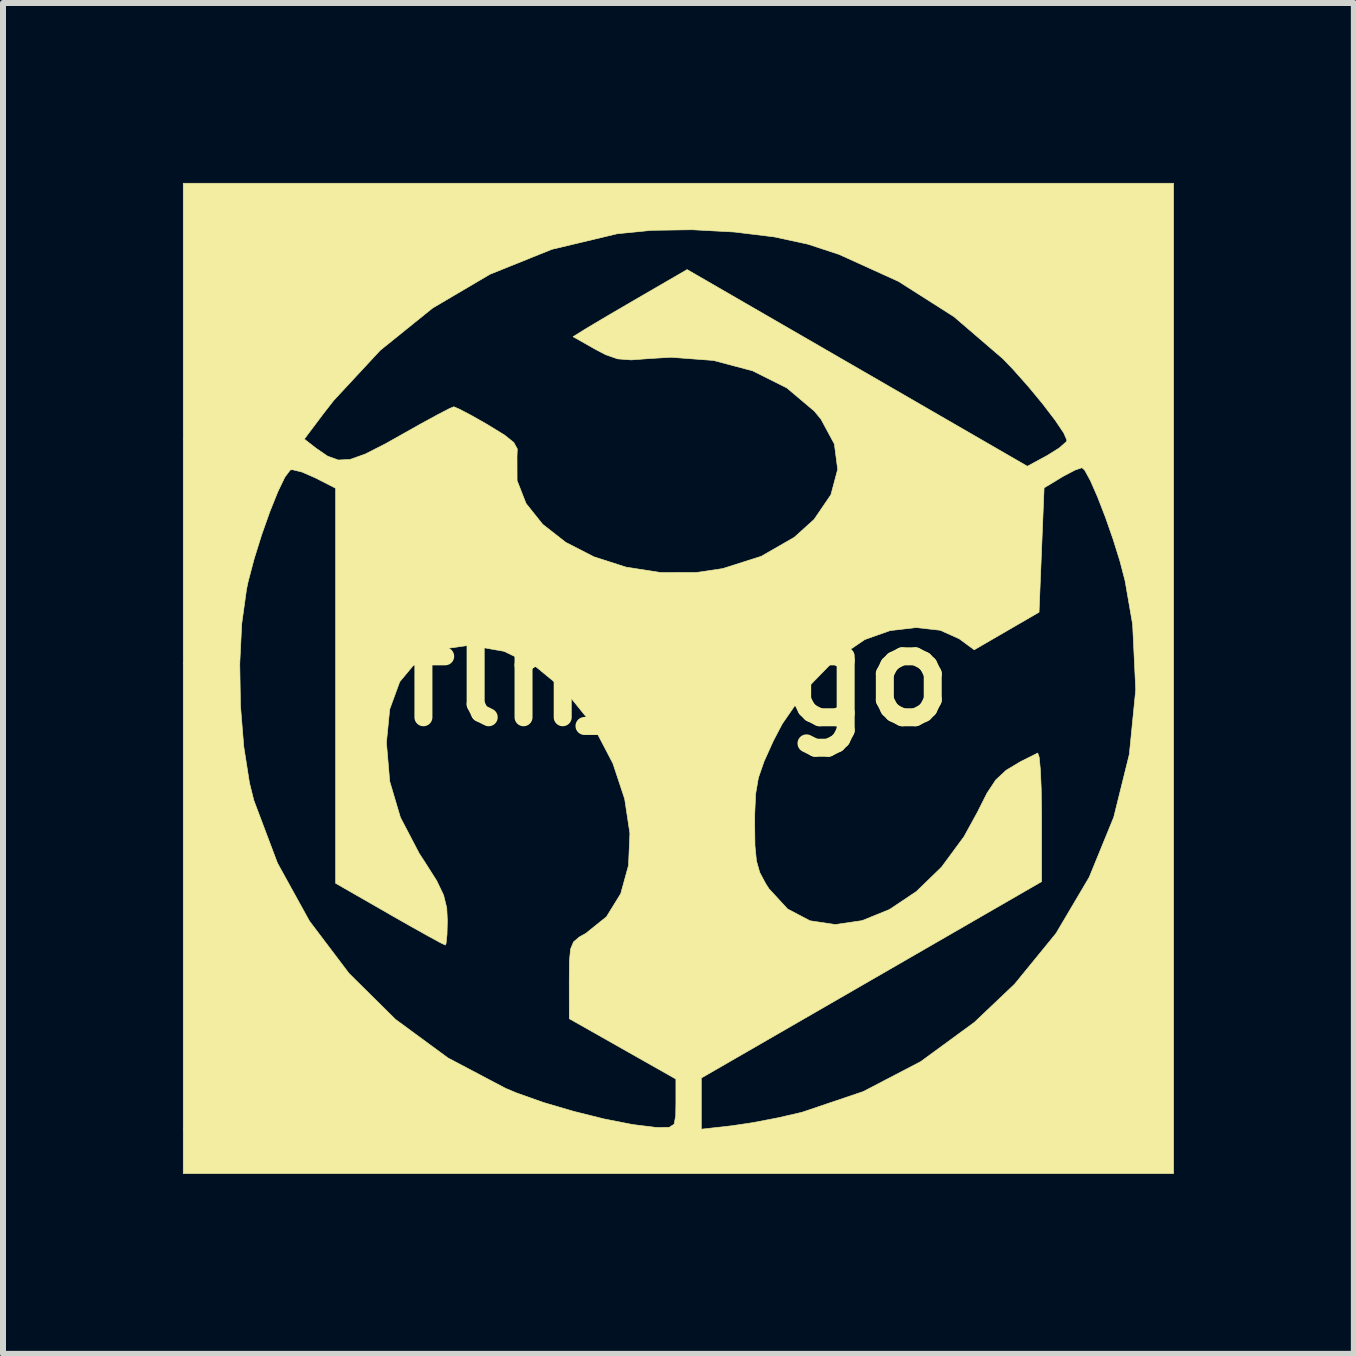
<source format=kicad_pcb>
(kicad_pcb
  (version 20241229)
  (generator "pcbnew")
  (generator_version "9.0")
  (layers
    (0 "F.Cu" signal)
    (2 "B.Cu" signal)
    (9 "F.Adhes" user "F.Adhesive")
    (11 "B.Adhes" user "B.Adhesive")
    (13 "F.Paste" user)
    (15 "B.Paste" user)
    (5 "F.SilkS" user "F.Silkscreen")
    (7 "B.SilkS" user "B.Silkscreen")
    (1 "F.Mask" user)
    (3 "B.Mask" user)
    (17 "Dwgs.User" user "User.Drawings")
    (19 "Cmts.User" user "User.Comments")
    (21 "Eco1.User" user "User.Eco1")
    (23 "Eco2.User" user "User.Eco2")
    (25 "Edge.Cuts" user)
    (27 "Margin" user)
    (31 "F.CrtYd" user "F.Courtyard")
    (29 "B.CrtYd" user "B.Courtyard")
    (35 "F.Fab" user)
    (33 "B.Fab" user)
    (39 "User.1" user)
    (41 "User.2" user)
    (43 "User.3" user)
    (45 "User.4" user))
  (footprint "fln_logo"
    (layer "F.Cu")
    (at 8.218 8.218)
    (property "Reference" "fln_logo" (at 0 0 0) (layer "F.SilkS") (effects (font (size 1.524 1.524) (thickness 0.3))))
    (attr through_hole)
    (fp_poly (pts (xy 8.297 8.297) (xy -8.213 8.297) (xy -8.213 -0.203) (xy -7.271 -0.203) (xy -7.259 0.499) (xy -7.204 1.18) (xy -7.109 1.784) (xy -7.037 2.074) (xy -6.642 3.121) (xy -6.109 4.087) (xy -5.449 4.96) (xy -4.675 5.726) (xy -3.8 6.369) (xy -2.837 6.877) (xy -2.652 6.954) (xy -2.213 7.11) (xy -1.71 7.258) (xy -1.196 7.386) (xy -0.723 7.479) (xy -0.344 7.526) (xy -0.275 7.529) (xy -0.11 7.525) (xy -0.029 7.473) (xy -0.003 7.329) (xy 0 7.129) (xy 0 6.722) (xy -0.03 6.704) (xy 0.423 6.704) (xy 0.423 7.557) (xy 0.937 7.499) (xy 1.286 7.447) (xy 1.707 7.366) (xy 2.101 7.275) (xy 3.124 6.929) (xy 4.081 6.43) (xy 4.976 5.775) (xy 5.647 5.138) (xy 6.338 4.291) (xy 6.89 3.357) (xy 7.299 2.357) (xy 7.559 1.308) (xy 7.666 0.23) (xy 7.614 -0.86) (xy 7.488 -1.586) (xy 7.403 -1.912) (xy 7.289 -2.277) (xy 7.16 -2.647) (xy 7.029 -2.985) (xy 6.909 -3.258) (xy 6.815 -3.43) (xy 6.769 -3.471) (xy 6.653 -3.431) (xy 6.461 -3.33) (xy 6.416 -3.303) (xy 6.138 -3.135) (xy 6.096 -2.099) (xy 6.054 -1.062) (xy 4.973 -0.435) (xy 4.723 -0.619) (xy 4.406 -0.761) (xy 4.004 -0.806) (xy 3.57 -0.755) (xy 3.158 -0.609) (xy 3.142 -0.601) (xy 2.638 -0.257) (xy 2.172 0.222) (xy 1.774 0.798) (xy 1.626 1.08) (xy 1.469 1.428) (xy 1.375 1.699) (xy 1.329 1.968) (xy 1.314 2.306) (xy 1.313 2.461) (xy 1.318 2.831) (xy 1.343 3.085) (xy 1.398 3.278) (xy 1.496 3.462) (xy 1.551 3.548) (xy 1.861 3.885) (xy 2.235 4.082) (xy 2.655 4.145) (xy 3.103 4.08) (xy 3.561 3.894) (xy 4.009 3.594) (xy 4.429 3.187) (xy 4.804 2.678) (xy 5.024 2.277) (xy 5.187 1.954) (xy 5.332 1.735) (xy 5.504 1.574) (xy 5.749 1.427) (xy 6.032 1.286) (xy 6.056 1.354) (xy 6.076 1.56) (xy 6.09 1.875) (xy 6.096 2.268) (xy 6.096 2.343) (xy 6.096 3.43) (xy 3.26 5.067) (xy 0.423 6.704) (xy -0.03 6.704) (xy -1.777 5.715) (xy -1.778 5.078) (xy -1.775 4.753) (xy -1.756 4.553) (xy -1.706 4.434) (xy -1.609 4.352) (xy -1.503 4.293) (xy -1.158 4.016) (xy -0.92 3.631) (xy -0.79 3.159) (xy -0.767 2.625) (xy -0.854 2.051) (xy -1.05 1.46) (xy -1.355 0.875) (xy -1.413 0.786) (xy -1.847 0.248) (xy -2.336 -0.154) (xy -2.865 -0.41) (xy -3.416 -0.507) (xy -3.467 -0.508) (xy -3.947 -0.439) (xy -4.327 -0.235) (xy -4.604 0.098) (xy -4.771 0.555) (xy -4.826 1.112) (xy -4.771 1.759) (xy -4.593 2.359) (xy -4.279 2.96) (xy -4.189 3.098) (xy -3.988 3.414) (xy -3.873 3.654) (xy -3.82 3.871) (xy -3.81 4.075) (xy -3.816 4.313) (xy -3.832 4.462) (xy -3.844 4.487) (xy -3.926 4.448) (xy -4.125 4.339) (xy -4.412 4.179) (xy -4.757 3.983) (xy -4.775 3.972) (xy -5.673 3.457) (xy -5.673 0.164) (xy -5.673 -3.129) (xy -6.014 -3.303) (xy -6.235 -3.399) (xy -6.394 -3.438) (xy -6.43 -3.432) (xy -6.519 -3.313) (xy -6.637 -3.068) (xy -6.771 -2.734) (xy -6.907 -2.349) (xy -7.032 -1.949) (xy -7.131 -1.573) (xy -7.158 -1.446) (xy -7.238 -0.87) (xy -7.271 -0.203) (xy -8.213 -0.203) (xy -8.213 -3.948) (xy -6.195 -3.948) (xy -5.997 -3.794) (xy -5.806 -3.663) (xy -5.628 -3.599) (xy -5.431 -3.609) (xy -5.18 -3.698) (xy -4.84 -3.871) (xy -4.588 -4.013) (xy -4.252 -4.202) (xy -3.971 -4.355) (xy -3.777 -4.456) (xy -3.703 -4.487) (xy -3.609 -4.447) (xy -3.411 -4.343) (xy -3.15 -4.195) (xy -3.129 -4.182) (xy -2.855 -4.014) (xy -2.703 -3.892) (xy -2.644 -3.784) (xy -2.649 -3.664) (xy -2.648 -3.257) (xy -2.498 -2.874) (xy -2.221 -2.527) (xy -1.837 -2.227) (xy -1.368 -1.986) (xy -0.833 -1.814) (xy -0.254 -1.723) (xy 0.348 -1.725) (xy 0.779 -1.789) (xy 1.423 -1.994) (xy 1.973 -2.31) (xy 2.304 -2.609) (xy 2.584 -3.02) (xy 2.697 -3.443) (xy 2.642 -3.866) (xy 2.418 -4.281) (xy 2.308 -4.414) (xy 1.849 -4.801) (xy 1.279 -5.086) (xy 0.625 -5.259) (xy -0.08 -5.312) (xy -0.42 -5.292) (xy -0.744 -5.268) (xy -0.97 -5.285) (xy -1.17 -5.354) (xy -1.345 -5.446) (xy -1.714 -5.655) (xy -1.513 -5.78) (xy -1.355 -5.875) (xy -1.093 -6.03) (xy -0.769 -6.219) (xy -0.563 -6.339) (xy 0.187 -6.774) (xy 5.859 -3.495) (xy 6.188 -3.673) (xy 6.388 -3.798) (xy 6.506 -3.901) (xy 6.519 -3.929) (xy 6.466 -4.05) (xy 6.324 -4.261) (xy 6.118 -4.531) (xy 5.875 -4.825) (xy 5.62 -5.112) (xy 5.454 -5.285) (xy 4.636 -5.988) (xy 3.712 -6.576) (xy 2.719 -7.027) (xy 2.201 -7.197) (xy 1.638 -7.319) (xy 0.974 -7.4) (xy 0.271 -7.438) (xy -0.406 -7.428) (xy -0.979 -7.371) (xy -2.069 -7.111) (xy -3.099 -6.696) (xy -4.055 -6.133) (xy -4.928 -5.429) (xy -5.706 -4.591) (xy -5.881 -4.366) (xy -6.195 -3.948) (xy -8.213 -3.948) (xy -8.213 -8.213) (xy 8.297 -8.213) (xy 8.297 8.297)) (stroke (width 0.01) (type solid)) (fill yes) (layer "F.SilkS")))
  (gr_rect
    (start -3 -3)
    (end 19.52 19.52)
    (stroke (width 0.1) (type default))
    (fill no)
    (layer "Edge.Cuts")))
</source>
